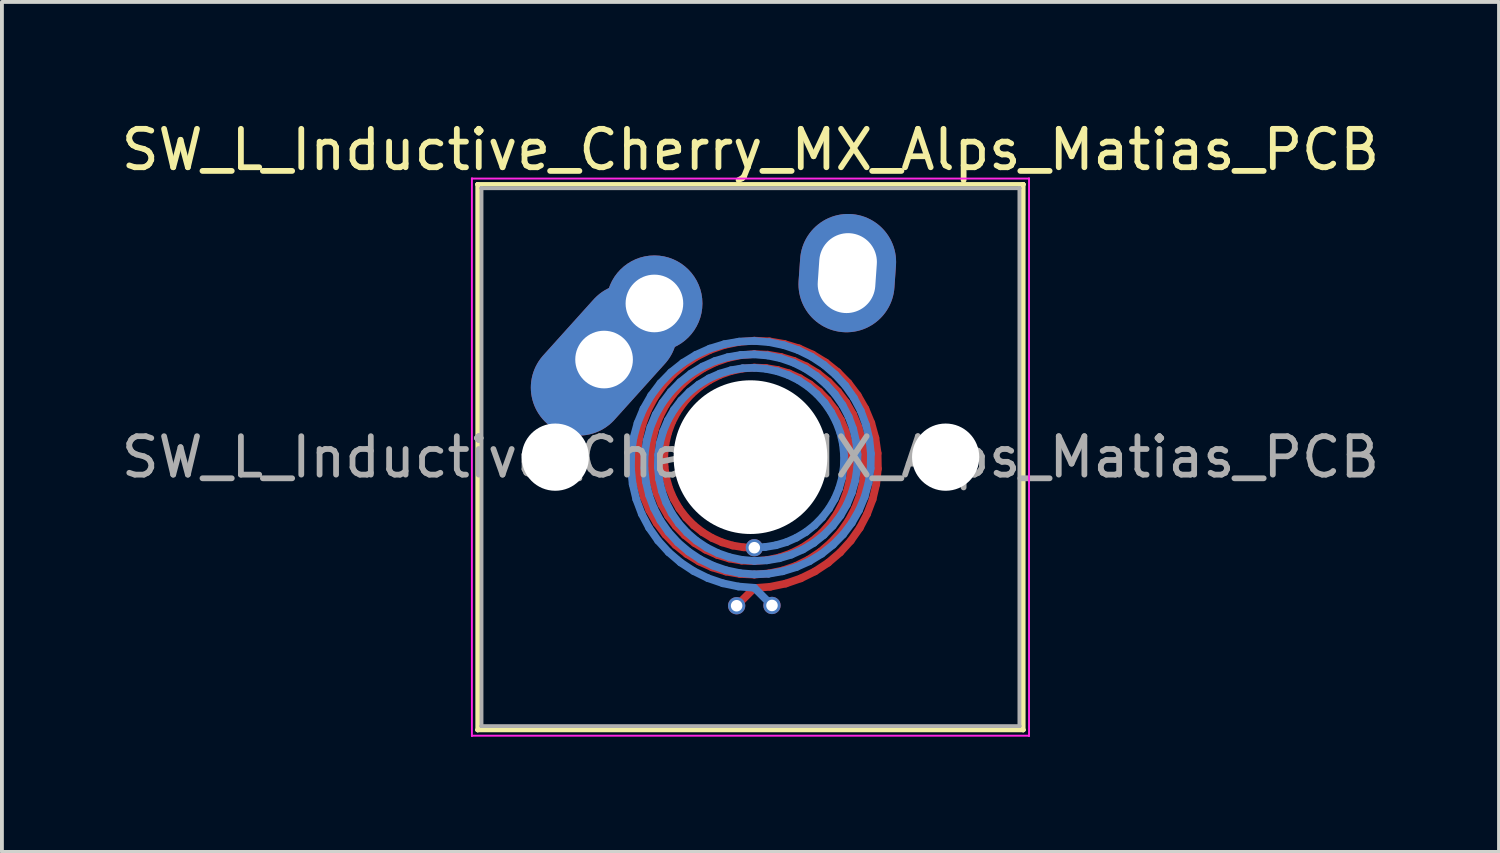
<source format=kicad_pcb>
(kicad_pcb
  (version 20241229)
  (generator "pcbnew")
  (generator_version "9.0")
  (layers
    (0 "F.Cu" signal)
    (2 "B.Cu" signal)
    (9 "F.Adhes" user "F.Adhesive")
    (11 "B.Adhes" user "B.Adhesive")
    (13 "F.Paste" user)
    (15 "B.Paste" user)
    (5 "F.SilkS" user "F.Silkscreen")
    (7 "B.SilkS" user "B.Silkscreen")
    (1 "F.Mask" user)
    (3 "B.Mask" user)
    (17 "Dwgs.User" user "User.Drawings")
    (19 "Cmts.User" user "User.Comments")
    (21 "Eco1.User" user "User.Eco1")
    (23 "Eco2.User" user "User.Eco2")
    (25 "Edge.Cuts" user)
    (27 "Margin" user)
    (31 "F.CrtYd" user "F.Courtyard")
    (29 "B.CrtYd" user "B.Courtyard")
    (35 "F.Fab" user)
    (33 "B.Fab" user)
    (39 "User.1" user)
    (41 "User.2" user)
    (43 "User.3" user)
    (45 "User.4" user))
  (footprint "SW_L_Inductive_Cherry_MX_Alps_Matias_PCB"
    (layer "F.Cu")
    (at 16.482 8.848)
    (property "Reference" "SW_L_Inductive_Cherry_MX_Alps_Matias_PCB" (at 0 -8 0) (layer "F.SilkS") (effects (font (size 1 1) (thickness 0.15))))
    (attr through_hole)
    (fp_line (start -2.942 -0.091) (end -2.901 -0.472) (stroke (width 0.2) (type solid)) (layer "F.Cu"))
    (fp_line (start -2.935 0.291) (end -2.942 -0.091) (stroke (width 0.2) (type solid)) (layer "F.Cu"))
    (fp_line (start -2.901 -0.472) (end -2.812 -0.846) (stroke (width 0.2) (type solid)) (layer "F.Cu"))
    (fp_line (start -2.88 0.669) (end -2.935 0.291) (stroke (width 0.2) (type solid)) (layer "F.Cu"))
    (fp_line (start -2.812 -0.846) (end -2.677 -1.207) (stroke (width 0.2) (type solid)) (layer "F.Cu"))
    (fp_line (start -2.779 1.035) (end -2.88 0.669) (stroke (width 0.2) (type solid)) (layer "F.Cu"))
    (fp_line (start -2.677 -1.207) (end -2.497 -1.548) (stroke (width 0.2) (type solid)) (layer "F.Cu"))
    (fp_line (start -2.633 1.386) (end -2.779 1.035) (stroke (width 0.2) (type solid)) (layer "F.Cu"))
    (fp_line (start -2.593 -0.069) (end -2.557 -0.407) (stroke (width 0.2) (type solid)) (layer "F.Cu"))
    (fp_line (start -2.586 0.269) (end -2.593 -0.069) (stroke (width 0.2) (type solid)) (layer "F.Cu"))
    (fp_line (start -2.557 -0.407) (end -2.479 -0.738) (stroke (width 0.2) (type solid)) (layer "F.Cu"))
    (fp_line (start -2.536 0.603) (end -2.586 0.269) (stroke (width 0.2) (type solid)) (layer "F.Cu"))
    (fp_line (start -2.497 -1.548) (end -2.275 -1.865) (stroke (width 0.2) (type solid)) (layer "F.Cu"))
    (fp_line (start -2.479 -0.738) (end -2.36 -1.058) (stroke (width 0.2) (type solid)) (layer "F.Cu"))
    (fp_line (start -2.446 0.927) (end -2.536 0.603) (stroke (width 0.2) (type solid)) (layer "F.Cu"))
    (fp_line (start -2.444 1.714) (end -2.633 1.386) (stroke (width 0.2) (type solid)) (layer "F.Cu"))
    (fp_line (start -2.36 -1.058) (end -2.202 -1.361) (stroke (width 0.2) (type solid)) (layer "F.Cu"))
    (fp_line (start -2.316 1.237) (end -2.446 0.927) (stroke (width 0.2) (type solid)) (layer "F.Cu"))
    (fp_line (start -2.275 -1.865) (end -2.015 -2.153) (stroke (width 0.2) (type solid)) (layer "F.Cu"))
    (fp_line (start -2.243 -0.047) (end -2.213 -0.341) (stroke (width 0.2) (type solid)) (layer "F.Cu"))
    (fp_line (start -2.236 0.247) (end -2.243 -0.047) (stroke (width 0.2) (type solid)) (layer "F.Cu"))
    (fp_line (start -2.216 2.016) (end -2.444 1.714) (stroke (width 0.2) (type solid)) (layer "F.Cu"))
    (fp_line (start -2.213 -0.341) (end -2.146 -0.63) (stroke (width 0.2) (type solid)) (layer "F.Cu"))
    (fp_line (start -2.202 -1.361) (end -2.006 -1.642) (stroke (width 0.2) (type solid)) (layer "F.Cu"))
    (fp_line (start -2.193 0.537) (end -2.236 0.247) (stroke (width 0.2) (type solid)) (layer "F.Cu"))
    (fp_line (start -2.148 1.527) (end -2.316 1.237) (stroke (width 0.2) (type solid)) (layer "F.Cu"))
    (fp_line (start -2.146 -0.63) (end -2.044 -0.909) (stroke (width 0.2) (type solid)) (layer "F.Cu"))
    (fp_line (start -2.113 0.819) (end -2.193 0.537) (stroke (width 0.2) (type solid)) (layer "F.Cu"))
    (fp_line (start -2.044 -0.909) (end -1.906 -1.173) (stroke (width 0.2) (type solid)) (layer "F.Cu"))
    (fp_line (start -2.015 -2.153) (end -1.72 -2.406) (stroke (width 0.2) (type solid)) (layer "F.Cu"))
    (fp_line (start -2.006 -1.642) (end -1.776 -1.897) (stroke (width 0.2) (type solid)) (layer "F.Cu"))
    (fp_line (start -1.999 1.088) (end -2.113 0.819) (stroke (width 0.2) (type solid)) (layer "F.Cu"))
    (fp_line (start -1.953 2.286) (end -2.216 2.016) (stroke (width 0.2) (type solid)) (layer "F.Cu"))
    (fp_line (start -1.946 1.793) (end -2.148 1.527) (stroke (width 0.2) (type solid)) (layer "F.Cu"))
    (fp_line (start -1.906 -1.173) (end -1.736 -1.419) (stroke (width 0.2) (type solid)) (layer "F.Cu"))
    (fp_line (start -1.853 1.339) (end -1.999 1.088) (stroke (width 0.2) (type solid)) (layer "F.Cu"))
    (fp_line (start -1.776 -1.897) (end -1.515 -2.122) (stroke (width 0.2) (type solid)) (layer "F.Cu"))
    (fp_line (start -1.736 -1.419) (end -1.536 -1.642) (stroke (width 0.2) (type solid)) (layer "F.Cu"))
    (fp_line (start -1.72 -2.406) (end -1.395 -2.62) (stroke (width 0.2) (type solid)) (layer "F.Cu"))
    (fp_line (start -1.713 2.031) (end -1.946 1.793) (stroke (width 0.2) (type solid)) (layer "F.Cu"))
    (fp_line (start -1.677 1.57) (end -1.853 1.339) (stroke (width 0.2) (type solid)) (layer "F.Cu"))
    (fp_line (start -1.659 2.521) (end -1.953 2.286) (stroke (width 0.2) (type solid)) (layer "F.Cu"))
    (fp_line (start -1.536 -1.642) (end -1.309 -1.839) (stroke (width 0.2) (type solid)) (layer "F.Cu"))
    (fp_line (start -1.515 -2.122) (end -1.227 -2.313) (stroke (width 0.2) (type solid)) (layer "F.Cu"))
    (fp_line (start -1.474 1.776) (end -1.677 1.57) (stroke (width 0.2) (type solid)) (layer "F.Cu"))
    (fp_line (start -1.453 2.237) (end -1.713 2.031) (stroke (width 0.2) (type solid)) (layer "F.Cu"))
    (fp_line (start -1.395 -2.62) (end -1.045 -2.793) (stroke (width 0.2) (type solid)) (layer "F.Cu"))
    (fp_line (start -1.338 2.716) (end -1.659 2.521) (stroke (width 0.2) (type solid)) (layer "F.Cu"))
    (fp_line (start -1.309 -1.839) (end -1.058 -2.007) (stroke (width 0.2) (type solid)) (layer "F.Cu"))
    (fp_line (start -1.247 1.954) (end -1.474 1.776) (stroke (width 0.2) (type solid)) (layer "F.Cu"))
    (fp_line (start -1.227 -2.313) (end -0.916 -2.467) (stroke (width 0.2) (type solid)) (layer "F.Cu"))
    (fp_line (start -1.169 2.409) (end -1.453 2.237) (stroke (width 0.2) (type solid)) (layer "F.Cu"))
    (fp_line (start -1.058 -2.007) (end -0.788 -2.142) (stroke (width 0.2) (type solid)) (layer "F.Cu"))
    (fp_line (start -1.045 -2.793) (end -0.675 -2.92) (stroke (width 0.2) (type solid)) (layer "F.Cu"))
    (fp_line (start -1.001 2.102) (end -1.247 1.954) (stroke (width 0.2) (type solid)) (layer "F.Cu"))
    (fp_line (start -0.996 2.869) (end -1.338 2.716) (stroke (width 0.2) (type solid)) (layer "F.Cu"))
    (fp_line (start -0.916 -2.467) (end -0.588 -2.581) (stroke (width 0.2) (type solid)) (layer "F.Cu"))
    (fp_line (start -0.867 2.543) (end -1.169 2.409) (stroke (width 0.2) (type solid)) (layer "F.Cu"))
    (fp_line (start -0.788 -2.142) (end -0.501 -2.242) (stroke (width 0.2) (type solid)) (layer "F.Cu"))
    (fp_line (start -0.739 2.218) (end -1.001 2.102) (stroke (width 0.2) (type solid)) (layer "F.Cu"))
    (fp_line (start -0.675 -2.92) (end -0.292 -3) (stroke (width 0.2) (type solid)) (layer "F.Cu"))
    (fp_line (start -0.639 2.978) (end -0.996 2.869) (stroke (width 0.2) (type solid)) (layer "F.Cu"))
    (fp_line (start -0.588 -2.581) (end -0.248 -2.653) (stroke (width 0.2) (type solid)) (layer "F.Cu"))
    (fp_line (start -0.552 2.639) (end -0.867 2.543) (stroke (width 0.2) (type solid)) (layer "F.Cu"))
    (fp_line (start -0.501 -2.242) (end -0.204 -2.306) (stroke (width 0.2) (type solid)) (layer "F.Cu"))
    (fp_line (start -0.465 2.3) (end -0.739 2.218) (stroke (width 0.2) (type solid)) (layer "F.Cu"))
    (fp_line (start -0.292 -3) (end 0.1 -3.032) (stroke (width 0.2) (type solid)) (layer "F.Cu"))
    (fp_line (start -0.271 3.041) (end -0.639 2.978) (stroke (width 0.2) (type solid)) (layer "F.Cu"))
    (fp_line (start -0.248 -2.653) (end 0.1 -2.682) (stroke (width 0.2) (type solid)) (layer "F.Cu"))
    (fp_line (start -0.228 2.693) (end -0.552 2.639) (stroke (width 0.2) (type solid)) (layer "F.Cu"))
    (fp_line (start -0.204 -2.306) (end 0.1 -2.332) (stroke (width 0.2) (type solid)) (layer "F.Cu"))
    (fp_line (start -0.184 2.346) (end -0.465 2.3) (stroke (width 0.2) (type solid)) (layer "F.Cu"))
    (fp_line (start 0.1 -3.032) (end 0.493 -3.014) (stroke (width 0.2) (type solid)) (layer "F.Cu"))
    (fp_line (start 0.1 -2.682) (end 0.45 -2.667) (stroke (width 0.2) (type solid)) (layer "F.Cu"))
    (fp_line (start 0.1 -2.332) (end 0.406 -2.32) (stroke (width 0.2) (type solid)) (layer "F.Cu"))
    (fp_line (start 0.1 2.357) (end -0.184 2.346) (stroke (width 0.2) (type solid)) (layer "F.Cu"))
    (fp_line (start 0.1 2.707) (end -0.228 2.693) (stroke (width 0.2) (type solid)) (layer "F.Cu"))
    (fp_line (start 0.1 3.057) (end -0.271 3.041) (stroke (width 0.2) (type solid)) (layer "F.Cu"))
    (fp_line (start 0.1 3.407) (end -0.36 3.867) (stroke (width 0.2) (type solid)) (layer "F.Cu"))
    (fp_line (start 0.406 -2.32) (end 0.708 -2.269) (stroke (width 0.2) (type solid)) (layer "F.Cu"))
    (fp_line (start 0.426 2.679) (end 0.1 2.707) (stroke (width 0.2) (type solid)) (layer "F.Cu"))
    (fp_line (start 0.45 -2.667) (end 0.795 -2.608) (stroke (width 0.2) (type solid)) (layer "F.Cu"))
    (fp_line (start 0.47 3.027) (end 0.1 3.057) (stroke (width 0.2) (type solid)) (layer "F.Cu"))
    (fp_line (start 0.493 -3.014) (end 0.882 -2.947) (stroke (width 0.2) (type solid)) (layer "F.Cu"))
    (fp_line (start 0.514 3.374) (end 0.1 3.407) (stroke (width 0.2) (type solid)) (layer "F.Cu"))
    (fp_line (start 0.708 -2.269) (end 1.003 -2.181) (stroke (width 0.2) (type solid)) (layer "F.Cu"))
    (fp_line (start 0.745 2.612) (end 0.426 2.679) (stroke (width 0.2) (type solid)) (layer "F.Cu"))
    (fp_line (start 0.795 -2.608) (end 1.132 -2.506) (stroke (width 0.2) (type solid)) (layer "F.Cu"))
    (fp_line (start 0.832 2.951) (end 0.47 3.027) (stroke (width 0.2) (type solid)) (layer "F.Cu"))
    (fp_line (start 0.882 -2.947) (end 1.261 -2.832) (stroke (width 0.2) (type solid)) (layer "F.Cu"))
    (fp_line (start 0.919 3.29) (end 0.514 3.374) (stroke (width 0.2) (type solid)) (layer "F.Cu"))
    (fp_line (start 1.003 -2.181) (end 1.285 -2.056) (stroke (width 0.2) (type solid)) (layer "F.Cu"))
    (fp_line (start 1.052 2.504) (end 0.745 2.612) (stroke (width 0.2) (type solid)) (layer "F.Cu"))
    (fp_line (start 1.132 -2.506) (end 1.454 -2.362) (stroke (width 0.2) (type solid)) (layer "F.Cu"))
    (fp_line (start 1.181 2.83) (end 0.832 2.951) (stroke (width 0.2) (type solid)) (layer "F.Cu"))
    (fp_line (start 1.261 -2.832) (end 1.622 -2.669) (stroke (width 0.2) (type solid)) (layer "F.Cu"))
    (fp_line (start 1.285 -2.056) (end 1.55 -1.896) (stroke (width 0.2) (type solid)) (layer "F.Cu"))
    (fp_line (start 1.31 3.155) (end 0.919 3.29) (stroke (width 0.2) (type solid)) (layer "F.Cu"))
    (fp_line (start 1.342 2.36) (end 1.052 2.504) (stroke (width 0.2) (type solid)) (layer "F.Cu"))
    (fp_line (start 1.454 -2.362) (end 1.756 -2.179) (stroke (width 0.2) (type solid)) (layer "F.Cu"))
    (fp_line (start 1.511 2.667) (end 1.181 2.83) (stroke (width 0.2) (type solid)) (layer "F.Cu"))
    (fp_line (start 1.55 -1.896) (end 1.794 -1.703) (stroke (width 0.2) (type solid)) (layer "F.Cu"))
    (fp_line (start 1.612 2.181) (end 1.342 2.36) (stroke (width 0.2) (type solid)) (layer "F.Cu"))
    (fp_line (start 1.622 -2.669) (end 1.962 -2.462) (stroke (width 0.2) (type solid)) (layer "F.Cu"))
    (fp_line (start 1.68 2.973) (end 1.31 3.155) (stroke (width 0.2) (type solid)) (layer "F.Cu"))
    (fp_line (start 1.756 -2.179) (end 2.033 -1.959) (stroke (width 0.2) (type solid)) (layer "F.Cu"))
    (fp_line (start 1.794 -1.703) (end 2.012 -1.481) (stroke (width 0.2) (type solid)) (layer "F.Cu"))
    (fp_line (start 1.818 2.464) (end 1.511 2.667) (stroke (width 0.2) (type solid)) (layer "F.Cu"))
    (fp_line (start 1.856 1.97) (end 1.612 2.181) (stroke (width 0.2) (type solid)) (layer "F.Cu"))
    (fp_line (start 1.962 -2.462) (end 2.273 -2.214) (stroke (width 0.2) (type solid)) (layer "F.Cu"))
    (fp_line (start 2.012 -1.481) (end 2.201 -1.233) (stroke (width 0.2) (type solid)) (layer "F.Cu"))
    (fp_line (start 2.023 2.747) (end 1.68 2.973) (stroke (width 0.2) (type solid)) (layer "F.Cu"))
    (fp_line (start 2.033 -1.959) (end 2.281 -1.705) (stroke (width 0.2) (type solid)) (layer "F.Cu"))
    (fp_line (start 2.071 1.731) (end 1.856 1.97) (stroke (width 0.2) (type solid)) (layer "F.Cu"))
    (fp_line (start 2.095 2.225) (end 1.818 2.464) (stroke (width 0.2) (type solid)) (layer "F.Cu"))
    (fp_line (start 2.201 -1.233) (end 2.358 -0.962) (stroke (width 0.2) (type solid)) (layer "F.Cu"))
    (fp_line (start 2.254 1.467) (end 2.071 1.731) (stroke (width 0.2) (type solid)) (layer "F.Cu"))
    (fp_line (start 2.273 -2.214) (end 2.551 -1.928) (stroke (width 0.2) (type solid)) (layer "F.Cu"))
    (fp_line (start 2.281 -1.705) (end 2.496 -1.421) (stroke (width 0.2) (type solid)) (layer "F.Cu"))
    (fp_line (start 2.335 2.48) (end 2.023 2.747) (stroke (width 0.2) (type solid)) (layer "F.Cu"))
    (fp_line (start 2.341 1.954) (end 2.095 2.225) (stroke (width 0.2) (type solid)) (layer "F.Cu"))
    (fp_line (start 2.358 -0.962) (end 2.48 -0.673) (stroke (width 0.2) (type solid)) (layer "F.Cu"))
    (fp_line (start 2.402 1.183) (end 2.254 1.467) (stroke (width 0.2) (type solid)) (layer "F.Cu"))
    (fp_line (start 2.48 -0.673) (end 2.565 -0.37) (stroke (width 0.2) (type solid)) (layer "F.Cu"))
    (fp_line (start 2.496 -1.421) (end 2.674 -1.111) (stroke (width 0.2) (type solid)) (layer "F.Cu"))
    (fp_line (start 2.513 0.884) (end 2.402 1.183) (stroke (width 0.2) (type solid)) (layer "F.Cu"))
    (fp_line (start 2.549 1.654) (end 2.341 1.954) (stroke (width 0.2) (type solid)) (layer "F.Cu"))
    (fp_line (start 2.551 -1.928) (end 2.792 -1.608) (stroke (width 0.2) (type solid)) (layer "F.Cu"))
    (fp_line (start 2.565 -0.37) (end 2.611 -0.058) (stroke (width 0.2) (type solid)) (layer "F.Cu"))
    (fp_line (start 2.585 0.574) (end 2.513 0.884) (stroke (width 0.2) (type solid)) (layer "F.Cu"))
    (fp_line (start 2.61 2.177) (end 2.335 2.48) (stroke (width 0.2) (type solid)) (layer "F.Cu"))
    (fp_line (start 2.611 -0.058) (end 2.618 0.258) (stroke (width 0.2) (type solid)) (layer "F.Cu"))
    (fp_line (start 2.618 0.258) (end 2.585 0.574) (stroke (width 0.2) (type solid)) (layer "F.Cu"))
    (fp_line (start 2.674 -1.111) (end 2.812 -0.781) (stroke (width 0.2) (type solid)) (layer "F.Cu"))
    (fp_line (start 2.719 1.332) (end 2.549 1.654) (stroke (width 0.2) (type solid)) (layer "F.Cu"))
    (fp_line (start 2.792 -1.608) (end 2.991 -1.26) (stroke (width 0.2) (type solid)) (layer "F.Cu"))
    (fp_line (start 2.812 -0.781) (end 2.908 -0.436) (stroke (width 0.2) (type solid)) (layer "F.Cu"))
    (fp_line (start 2.845 1.842) (end 2.61 2.177) (stroke (width 0.2) (type solid)) (layer "F.Cu"))
    (fp_line (start 2.846 0.992) (end 2.719 1.332) (stroke (width 0.2) (type solid)) (layer "F.Cu"))
    (fp_line (start 2.908 -0.436) (end 2.96 -0.08) (stroke (width 0.2) (type solid)) (layer "F.Cu"))
    (fp_line (start 2.929 0.64) (end 2.846 0.992) (stroke (width 0.2) (type solid)) (layer "F.Cu"))
    (fp_line (start 2.96 -0.08) (end 2.967 0.28) (stroke (width 0.2) (type solid)) (layer "F.Cu"))
    (fp_line (start 2.967 0.28) (end 2.929 0.64) (stroke (width 0.2) (type solid)) (layer "F.Cu"))
    (fp_line (start 2.991 -1.26) (end 3.145 -0.889) (stroke (width 0.2) (type solid)) (layer "F.Cu"))
    (fp_line (start 3.035 1.481) (end 2.845 1.842) (stroke (width 0.2) (type solid)) (layer "F.Cu"))
    (fp_line (start 3.145 -0.889) (end 3.252 -0.501) (stroke (width 0.2) (type solid)) (layer "F.Cu"))
    (fp_line (start 3.179 1.1) (end 3.035 1.481) (stroke (width 0.2) (type solid)) (layer "F.Cu"))
    (fp_line (start 3.252 -0.501) (end 3.31 -0.102) (stroke (width 0.2) (type solid)) (layer "F.Cu"))
    (fp_line (start 3.273 0.705) (end 3.179 1.1) (stroke (width 0.2) (type solid)) (layer "F.Cu"))
    (fp_line (start 3.31 -0.102) (end 3.317 0.302) (stroke (width 0.2) (type solid)) (layer "F.Cu"))
    (fp_line (start 3.317 0.302) (end 3.273 0.705) (stroke (width 0.2) (type solid)) (layer "F.Cu"))
    (fp_line (start -3.11 0.302) (end -3.103 -0.101) (stroke (width 0.2) (type solid)) (layer "B.Cu"))
    (fp_line (start -3.103 -0.101) (end -3.045 -0.5) (stroke (width 0.2) (type solid)) (layer "B.Cu"))
    (fp_line (start -3.066 0.704) (end -3.11 0.302) (stroke (width 0.2) (type solid)) (layer "B.Cu"))
    (fp_line (start -3.045 -0.5) (end -2.939 -0.887) (stroke (width 0.2) (type solid)) (layer "B.Cu"))
    (fp_line (start -2.972 1.098) (end -3.066 0.704) (stroke (width 0.2) (type solid)) (layer "B.Cu"))
    (fp_line (start -2.939 -0.887) (end -2.785 -1.257) (stroke (width 0.2) (type solid)) (layer "B.Cu"))
    (fp_line (start -2.829 1.478) (end -2.972 1.098) (stroke (width 0.2) (type solid)) (layer "B.Cu"))
    (fp_line (start -2.785 -1.257) (end -2.586 -1.604) (stroke (width 0.2) (type solid)) (layer "B.Cu"))
    (fp_line (start -2.76 0.28) (end -2.753 -0.08) (stroke (width 0.2) (type solid)) (layer "B.Cu"))
    (fp_line (start -2.753 -0.08) (end -2.701 -0.434) (stroke (width 0.2) (type solid)) (layer "B.Cu"))
    (fp_line (start -2.722 0.638) (end -2.76 0.28) (stroke (width 0.2) (type solid)) (layer "B.Cu"))
    (fp_line (start -2.701 -0.434) (end -2.606 -0.779) (stroke (width 0.2) (type solid)) (layer "B.Cu"))
    (fp_line (start -2.639 0.99) (end -2.722 0.638) (stroke (width 0.2) (type solid)) (layer "B.Cu"))
    (fp_line (start -2.639 1.838) (end -2.829 1.478) (stroke (width 0.2) (type solid)) (layer "B.Cu"))
    (fp_line (start -2.606 -0.779) (end -2.468 -1.108) (stroke (width 0.2) (type solid)) (layer "B.Cu"))
    (fp_line (start -2.586 -1.604) (end -2.346 -1.923) (stroke (width 0.2) (type solid)) (layer "B.Cu"))
    (fp_line (start -2.512 1.329) (end -2.639 0.99) (stroke (width 0.2) (type solid)) (layer "B.Cu"))
    (fp_line (start -2.468 -1.108) (end -2.29 -1.417) (stroke (width 0.2) (type solid)) (layer "B.Cu"))
    (fp_line (start -2.411 0.258) (end -2.404 -0.058) (stroke (width 0.2) (type solid)) (layer "B.Cu"))
    (fp_line (start -2.405 2.172) (end -2.639 1.838) (stroke (width 0.2) (type solid)) (layer "B.Cu"))
    (fp_line (start -2.404 -0.058) (end -2.358 -0.369) (stroke (width 0.2) (type solid)) (layer "B.Cu"))
    (fp_line (start -2.378 0.573) (end -2.411 0.258) (stroke (width 0.2) (type solid)) (layer "B.Cu"))
    (fp_line (start -2.358 -0.369) (end -2.273 -0.671) (stroke (width 0.2) (type solid)) (layer "B.Cu"))
    (fp_line (start -2.346 -1.923) (end -2.068 -2.209) (stroke (width 0.2) (type solid)) (layer "B.Cu"))
    (fp_line (start -2.343 1.651) (end -2.512 1.329) (stroke (width 0.2) (type solid)) (layer "B.Cu"))
    (fp_line (start -2.306 0.882) (end -2.378 0.573) (stroke (width 0.2) (type solid)) (layer "B.Cu"))
    (fp_line (start -2.29 -1.417) (end -2.076 -1.7) (stroke (width 0.2) (type solid)) (layer "B.Cu"))
    (fp_line (start -2.273 -0.671) (end -2.151 -0.959) (stroke (width 0.2) (type solid)) (layer "B.Cu"))
    (fp_line (start -2.196 1.18) (end -2.306 0.882) (stroke (width 0.2) (type solid)) (layer "B.Cu"))
    (fp_line (start -2.151 -0.959) (end -1.995 -1.229) (stroke (width 0.2) (type solid)) (layer "B.Cu"))
    (fp_line (start -2.135 1.949) (end -2.343 1.651) (stroke (width 0.2) (type solid)) (layer "B.Cu"))
    (fp_line (start -2.13 2.475) (end -2.405 2.172) (stroke (width 0.2) (type solid)) (layer "B.Cu"))
    (fp_line (start -2.076 -1.7) (end -1.828 -1.954) (stroke (width 0.2) (type solid)) (layer "B.Cu"))
    (fp_line (start -2.068 -2.209) (end -1.757 -2.456) (stroke (width 0.2) (type solid)) (layer "B.Cu"))
    (fp_line (start -2.048 1.463) (end -2.196 1.18) (stroke (width 0.2) (type solid)) (layer "B.Cu"))
    (fp_line (start -1.995 -1.229) (end -1.806 -1.477) (stroke (width 0.2) (type solid)) (layer "B.Cu"))
    (fp_line (start -1.891 2.22) (end -2.135 1.949) (stroke (width 0.2) (type solid)) (layer "B.Cu"))
    (fp_line (start -1.866 1.726) (end -2.048 1.463) (stroke (width 0.2) (type solid)) (layer "B.Cu"))
    (fp_line (start -1.828 -1.954) (end -1.552 -2.173) (stroke (width 0.2) (type solid)) (layer "B.Cu"))
    (fp_line (start -1.819 2.741) (end -2.13 2.475) (stroke (width 0.2) (type solid)) (layer "B.Cu"))
    (fp_line (start -1.806 -1.477) (end -1.589 -1.698) (stroke (width 0.2) (type solid)) (layer "B.Cu"))
    (fp_line (start -1.757 -2.456) (end -1.419 -2.663) (stroke (width 0.2) (type solid)) (layer "B.Cu"))
    (fp_line (start -1.651 1.965) (end -1.866 1.726) (stroke (width 0.2) (type solid)) (layer "B.Cu"))
    (fp_line (start -1.613 2.458) (end -1.891 2.22) (stroke (width 0.2) (type solid)) (layer "B.Cu"))
    (fp_line (start -1.589 -1.698) (end -1.346 -1.89) (stroke (width 0.2) (type solid)) (layer "B.Cu"))
    (fp_line (start -1.552 -2.173) (end -1.25 -2.356) (stroke (width 0.2) (type solid)) (layer "B.Cu"))
    (fp_line (start -1.476 2.967) (end -1.819 2.741) (stroke (width 0.2) (type solid)) (layer "B.Cu"))
    (fp_line (start -1.419 -2.663) (end -1.058 -2.825) (stroke (width 0.2) (type solid)) (layer "B.Cu"))
    (fp_line (start -1.408 2.175) (end -1.651 1.965) (stroke (width 0.2) (type solid)) (layer "B.Cu"))
    (fp_line (start -1.346 -1.89) (end -1.082 -2.05) (stroke (width 0.2) (type solid)) (layer "B.Cu"))
    (fp_line (start -1.308 2.661) (end -1.613 2.458) (stroke (width 0.2) (type solid)) (layer "B.Cu"))
    (fp_line (start -1.25 -2.356) (end -0.929 -2.5) (stroke (width 0.2) (type solid)) (layer "B.Cu"))
    (fp_line (start -1.139 2.354) (end -1.408 2.175) (stroke (width 0.2) (type solid)) (layer "B.Cu"))
    (fp_line (start -1.107 3.149) (end -1.476 2.967) (stroke (width 0.2) (type solid)) (layer "B.Cu"))
    (fp_line (start -1.082 -2.05) (end -0.8 -2.174) (stroke (width 0.2) (type solid)) (layer "B.Cu"))
    (fp_line (start -1.058 -2.825) (end -0.681 -2.94) (stroke (width 0.2) (type solid)) (layer "B.Cu"))
    (fp_line (start -0.978 2.823) (end -1.308 2.661) (stroke (width 0.2) (type solid)) (layer "B.Cu"))
    (fp_line (start -0.929 -2.5) (end -0.594 -2.601) (stroke (width 0.2) (type solid)) (layer "B.Cu"))
    (fp_line (start -0.849 2.498) (end -1.139 2.354) (stroke (width 0.2) (type solid)) (layer "B.Cu"))
    (fp_line (start -0.8 -2.174) (end -0.507 -2.262) (stroke (width 0.2) (type solid)) (layer "B.Cu"))
    (fp_line (start -0.717 3.283) (end -1.107 3.149) (stroke (width 0.2) (type solid)) (layer "B.Cu"))
    (fp_line (start -0.681 -2.94) (end -0.293 -3.007) (stroke (width 0.2) (type solid)) (layer "B.Cu"))
    (fp_line (start -0.63 2.944) (end -0.978 2.823) (stroke (width 0.2) (type solid)) (layer "B.Cu"))
    (fp_line (start -0.594 -2.601) (end -0.249 -2.66) (stroke (width 0.2) (type solid)) (layer "B.Cu"))
    (fp_line (start -0.543 2.605) (end -0.849 2.498) (stroke (width 0.2) (type solid)) (layer "B.Cu"))
    (fp_line (start -0.507 -2.262) (end -0.205 -2.313) (stroke (width 0.2) (type solid)) (layer "B.Cu"))
    (fp_line (start -0.313 3.367) (end -0.717 3.283) (stroke (width 0.2) (type solid)) (layer "B.Cu"))
    (fp_line (start -0.293 -3.007) (end 0.1 -3.025) (stroke (width 0.2) (type solid)) (layer "B.Cu"))
    (fp_line (start -0.269 3.02) (end -0.63 2.944) (stroke (width 0.2) (type solid)) (layer "B.Cu"))
    (fp_line (start -0.249 -2.66) (end 0.1 -2.675) (stroke (width 0.2) (type solid)) (layer "B.Cu"))
    (fp_line (start -0.225 2.673) (end -0.543 2.605) (stroke (width 0.2) (type solid)) (layer "B.Cu"))
    (fp_line (start -0.205 -2.313) (end 0.1 -2.325) (stroke (width 0.2) (type solid)) (layer "B.Cu"))
    (fp_line (start 0.1 -3.025) (end 0.491 -2.993) (stroke (width 0.2) (type solid)) (layer "B.Cu"))
    (fp_line (start 0.1 -2.675) (end 0.447 -2.646) (stroke (width 0.2) (type solid)) (layer "B.Cu"))
    (fp_line (start 0.1 -2.325) (end 0.403 -2.299) (stroke (width 0.2) (type solid)) (layer "B.Cu"))
    (fp_line (start 0.1 2.7) (end -0.225 2.673) (stroke (width 0.2) (type solid)) (layer "B.Cu"))
    (fp_line (start 0.1 3.05) (end -0.269 3.02) (stroke (width 0.2) (type solid)) (layer "B.Cu"))
    (fp_line (start 0.1 3.4) (end -0.313 3.367) (stroke (width 0.2) (type solid)) (layer "B.Cu"))
    (fp_line (start 0.383 2.339) (end 0.1 2.35) (stroke (width 0.2) (type solid)) (layer "B.Cu"))
    (fp_line (start 0.403 -2.299) (end 0.7 -2.235) (stroke (width 0.2) (type solid)) (layer "B.Cu"))
    (fp_line (start 0.427 2.686) (end 0.1 2.7) (stroke (width 0.2) (type solid)) (layer "B.Cu"))
    (fp_line (start 0.447 -2.646) (end 0.787 -2.574) (stroke (width 0.2) (type solid)) (layer "B.Cu"))
    (fp_line (start 0.471 3.034) (end 0.1 3.05) (stroke (width 0.2) (type solid)) (layer "B.Cu"))
    (fp_line (start 0.491 -2.993) (end 0.874 -2.913) (stroke (width 0.2) (type solid)) (layer "B.Cu"))
    (fp_line (start 0.56 3.86) (end 0.1 3.4) (stroke (width 0.2) (type solid)) (layer "B.Cu"))
    (fp_line (start 0.663 2.293) (end 0.383 2.339) (stroke (width 0.2) (type solid)) (layer "B.Cu"))
    (fp_line (start 0.7 -2.235) (end 0.985 -2.135) (stroke (width 0.2) (type solid)) (layer "B.Cu"))
    (fp_line (start 0.75 2.632) (end 0.427 2.686) (stroke (width 0.2) (type solid)) (layer "B.Cu"))
    (fp_line (start 0.787 -2.574) (end 1.114 -2.461) (stroke (width 0.2) (type solid)) (layer "B.Cu"))
    (fp_line (start 0.837 2.971) (end 0.471 3.034) (stroke (width 0.2) (type solid)) (layer "B.Cu"))
    (fp_line (start 0.874 -2.913) (end 1.243 -2.786) (stroke (width 0.2) (type solid)) (layer "B.Cu"))
    (fp_line (start 0.936 2.212) (end 0.663 2.293) (stroke (width 0.2) (type solid)) (layer "B.Cu"))
    (fp_line (start 0.985 -2.135) (end 1.255 -2.001) (stroke (width 0.2) (type solid)) (layer "B.Cu"))
    (fp_line (start 1.065 2.537) (end 0.75 2.632) (stroke (width 0.2) (type solid)) (layer "B.Cu"))
    (fp_line (start 1.114 -2.461) (end 1.423 -2.307) (stroke (width 0.2) (type solid)) (layer "B.Cu"))
    (fp_line (start 1.194 2.862) (end 0.837 2.971) (stroke (width 0.2) (type solid)) (layer "B.Cu"))
    (fp_line (start 1.197 2.096) (end 0.936 2.212) (stroke (width 0.2) (type solid)) (layer "B.Cu"))
    (fp_line (start 1.243 -2.786) (end 1.592 -2.614) (stroke (width 0.2) (type solid)) (layer "B.Cu"))
    (fp_line (start 1.255 -2.001) (end 1.505 -1.834) (stroke (width 0.2) (type solid)) (layer "B.Cu"))
    (fp_line (start 1.366 2.403) (end 1.065 2.537) (stroke (width 0.2) (type solid)) (layer "B.Cu"))
    (fp_line (start 1.423 -2.307) (end 1.711 -2.117) (stroke (width 0.2) (type solid)) (layer "B.Cu"))
    (fp_line (start 1.443 1.949) (end 1.197 2.096) (stroke (width 0.2) (type solid)) (layer "B.Cu"))
    (fp_line (start 1.505 -1.834) (end 1.731 -1.637) (stroke (width 0.2) (type solid)) (layer "B.Cu"))
    (fp_line (start 1.535 2.71) (end 1.194 2.862) (stroke (width 0.2) (type solid)) (layer "B.Cu"))
    (fp_line (start 1.592 -2.614) (end 1.916 -2.4) (stroke (width 0.2) (type solid)) (layer "B.Cu"))
    (fp_line (start 1.649 2.232) (end 1.366 2.403) (stroke (width 0.2) (type solid)) (layer "B.Cu"))
    (fp_line (start 1.669 1.771) (end 1.443 1.949) (stroke (width 0.2) (type solid)) (layer "B.Cu"))
    (fp_line (start 1.711 -2.117) (end 1.971 -1.892) (stroke (width 0.2) (type solid)) (layer "B.Cu"))
    (fp_line (start 1.731 -1.637) (end 1.931 -1.415) (stroke (width 0.2) (type solid)) (layer "B.Cu"))
    (fp_line (start 1.855 2.515) (end 1.535 2.71) (stroke (width 0.2) (type solid)) (layer "B.Cu"))
    (fp_line (start 1.871 1.565) (end 1.669 1.771) (stroke (width 0.2) (type solid)) (layer "B.Cu"))
    (fp_line (start 1.909 2.026) (end 1.649 2.232) (stroke (width 0.2) (type solid)) (layer "B.Cu"))
    (fp_line (start 1.916 -2.4) (end 2.21 -2.147) (stroke (width 0.2) (type solid)) (layer "B.Cu"))
    (fp_line (start 1.931 -1.415) (end 2.1 -1.169) (stroke (width 0.2) (type solid)) (layer "B.Cu"))
    (fp_line (start 1.971 -1.892) (end 2.2 -1.638) (stroke (width 0.2) (type solid)) (layer "B.Cu"))
    (fp_line (start 2.047 1.336) (end 1.871 1.565) (stroke (width 0.2) (type solid)) (layer "B.Cu"))
    (fp_line (start 2.1 -1.169) (end 2.237 -0.906) (stroke (width 0.2) (type solid)) (layer "B.Cu"))
    (fp_line (start 2.141 1.789) (end 1.909 2.026) (stroke (width 0.2) (type solid)) (layer "B.Cu"))
    (fp_line (start 2.148 2.281) (end 1.855 2.515) (stroke (width 0.2) (type solid)) (layer "B.Cu"))
    (fp_line (start 2.193 1.085) (end 2.047 1.336) (stroke (width 0.2) (type solid)) (layer "B.Cu"))
    (fp_line (start 2.2 -1.638) (end 2.396 -1.357) (stroke (width 0.2) (type solid)) (layer "B.Cu"))
    (fp_line (start 2.21 -2.147) (end 2.47 -1.861) (stroke (width 0.2) (type solid)) (layer "B.Cu"))
    (fp_line (start 2.237 -0.906) (end 2.34 -0.628) (stroke (width 0.2) (type solid)) (layer "B.Cu"))
    (fp_line (start 2.306 0.817) (end 2.193 1.085) (stroke (width 0.2) (type solid)) (layer "B.Cu"))
    (fp_line (start 2.34 -0.628) (end 2.406 -0.34) (stroke (width 0.2) (type solid)) (layer "B.Cu"))
    (fp_line (start 2.343 1.523) (end 2.141 1.789) (stroke (width 0.2) (type solid)) (layer "B.Cu"))
    (fp_line (start 2.386 0.536) (end 2.306 0.817) (stroke (width 0.2) (type solid)) (layer "B.Cu"))
    (fp_line (start 2.396 -1.357) (end 2.554 -1.055) (stroke (width 0.2) (type solid)) (layer "B.Cu"))
    (fp_line (start 2.406 -0.34) (end 2.436 -0.047) (stroke (width 0.2) (type solid)) (layer "B.Cu"))
    (fp_line (start 2.411 2.012) (end 2.148 2.281) (stroke (width 0.2) (type solid)) (layer "B.Cu"))
    (fp_line (start 2.429 0.247) (end 2.386 0.536) (stroke (width 0.2) (type solid)) (layer "B.Cu"))
    (fp_line (start 2.436 -0.047) (end 2.429 0.247) (stroke (width 0.2) (type solid)) (layer "B.Cu"))
    (fp_line (start 2.47 -1.861) (end 2.691 -1.544) (stroke (width 0.2) (type solid)) (layer "B.Cu"))
    (fp_line (start 2.51 1.234) (end 2.343 1.523) (stroke (width 0.2) (type solid)) (layer "B.Cu"))
    (fp_line (start 2.554 -1.055) (end 2.673 -0.736) (stroke (width 0.2) (type solid)) (layer "B.Cu"))
    (fp_line (start 2.638 1.711) (end 2.411 2.012) (stroke (width 0.2) (type solid)) (layer "B.Cu"))
    (fp_line (start 2.639 0.925) (end 2.51 1.234) (stroke (width 0.2) (type solid)) (layer "B.Cu"))
    (fp_line (start 2.673 -0.736) (end 2.75 -0.406) (stroke (width 0.2) (type solid)) (layer "B.Cu"))
    (fp_line (start 2.691 -1.544) (end 2.871 -1.204) (stroke (width 0.2) (type solid)) (layer "B.Cu"))
    (fp_line (start 2.73 0.602) (end 2.639 0.925) (stroke (width 0.2) (type solid)) (layer "B.Cu"))
    (fp_line (start 2.75 -0.406) (end 2.786 -0.069) (stroke (width 0.2) (type solid)) (layer "B.Cu"))
    (fp_line (start 2.779 0.269) (end 2.73 0.602) (stroke (width 0.2) (type solid)) (layer "B.Cu"))
    (fp_line (start 2.786 -0.069) (end 2.779 0.269) (stroke (width 0.2) (type solid)) (layer "B.Cu"))
    (fp_line (start 2.826 1.383) (end 2.638 1.711) (stroke (width 0.2) (type solid)) (layer "B.Cu"))
    (fp_line (start 2.871 -1.204) (end 3.005 -0.844) (stroke (width 0.2) (type solid)) (layer "B.Cu"))
    (fp_line (start 2.972 1.033) (end 2.826 1.383) (stroke (width 0.2) (type solid)) (layer "B.Cu"))
    (fp_line (start 3.005 -0.844) (end 3.094 -0.471) (stroke (width 0.2) (type solid)) (layer "B.Cu"))
    (fp_line (start 3.073 0.667) (end 2.972 1.033) (stroke (width 0.2) (type solid)) (layer "B.Cu"))
    (fp_line (start 3.094 -0.471) (end 3.135 -0.091) (stroke (width 0.2) (type solid)) (layer "B.Cu"))
    (fp_line (start 3.128 0.291) (end 3.073 0.667) (stroke (width 0.2) (type solid)) (layer "B.Cu"))
    (fp_line (start 3.135 -0.091) (end 3.128 0.291) (stroke (width 0.2) (type solid)) (layer "B.Cu"))
    (fp_line (start -7.1 -7.1) (end -7.1 -7.1) (stroke (width 0.12) (type solid)) (layer "F.SilkS"))
    (fp_line (start -7.1 -7.1) (end -7.1 -7.1) (stroke (width 0.12) (type solid)) (layer "F.SilkS"))
    (fp_line (start -7.1 -7.1) (end 7.1 -7.1) (stroke (width 0.12) (type solid)) (layer "F.SilkS"))
    (fp_line (start -7.1 7.1) (end -7.1 -7.1) (stroke (width 0.12) (type solid)) (layer "F.SilkS"))
    (fp_line (start -7.1 7.1) (end -7.1 7.1) (stroke (width 0.12) (type solid)) (layer "F.SilkS"))
    (fp_line (start -7.1 7.1) (end -7.1 7.1) (stroke (width 0.12) (type solid)) (layer "F.SilkS"))
    (fp_line (start 7.1 -7.1) (end 7.1 -7.1) (stroke (width 0.12) (type solid)) (layer "F.SilkS"))
    (fp_line (start 7.1 -7.1) (end 7.1 -7.1) (stroke (width 0.12) (type solid)) (layer "F.SilkS"))
    (fp_line (start 7.1 -7.1) (end 7.1 7.1) (stroke (width 0.12) (type solid)) (layer "F.SilkS"))
    (fp_line (start 7.1 7.1) (end -7.1 7.1) (stroke (width 0.12) (type solid)) (layer "F.SilkS"))
    (fp_line (start 7.1 7.1) (end 7.1 7.1) (stroke (width 0.12) (type solid)) (layer "F.SilkS"))
    (fp_line (start 7.1 7.1) (end 7.1 7.1) (stroke (width 0.12) (type solid)) (layer "F.SilkS"))
    (fp_line (start -7.25 -7.25) (end -7.25 -7.25) (stroke (width 0.05) (type solid)) (layer "F.CrtYd"))
    (fp_line (start -7.25 -7.25) (end -7.25 -7.25) (stroke (width 0.05) (type solid)) (layer "F.CrtYd"))
    (fp_line (start -7.25 -7.25) (end 7.25 -7.25) (stroke (width 0.05) (type solid)) (layer "F.CrtYd"))
    (fp_line (start -7.25 7.25) (end -7.25 -7.25) (stroke (width 0.05) (type solid)) (layer "F.CrtYd"))
    (fp_line (start -7.25 7.25) (end -7.25 7.25) (stroke (width 0.05) (type solid)) (layer "F.CrtYd"))
    (fp_line (start -7.25 7.25) (end -7.25 7.25) (stroke (width 0.05) (type solid)) (layer "F.CrtYd"))
    (fp_line (start 7.25 -7.25) (end 7.25 -7.25) (stroke (width 0.05) (type solid)) (layer "F.CrtYd"))
    (fp_line (start 7.25 -7.25) (end 7.25 -7.25) (stroke (width 0.05) (type solid)) (layer "F.CrtYd"))
    (fp_line (start 7.25 -7.25) (end 7.25 7.25) (stroke (width 0.05) (type solid)) (layer "F.CrtYd"))
    (fp_line (start 7.25 7.25) (end -7.25 7.25) (stroke (width 0.05) (type solid)) (layer "F.CrtYd"))
    (fp_line (start 7.25 7.25) (end 7.25 7.25) (stroke (width 0.05) (type solid)) (layer "F.CrtYd"))
    (fp_line (start 7.25 7.25) (end 7.25 7.25) (stroke (width 0.05) (type solid)) (layer "F.CrtYd"))
    (fp_line (start -7 -7) (end -7 -7) (stroke (width 0.1) (type solid)) (layer "F.Fab"))
    (fp_line (start -7 -7) (end -7 -7) (stroke (width 0.1) (type solid)) (layer "F.Fab"))
    (fp_line (start -7 -7) (end 7 -7) (stroke (width 0.1) (type solid)) (layer "F.Fab"))
    (fp_line (start -7 7) (end -7 -7) (stroke (width 0.1) (type solid)) (layer "F.Fab"))
    (fp_line (start -7 7) (end -7 7) (stroke (width 0.1) (type solid)) (layer "F.Fab"))
    (fp_line (start -7 7) (end -7 7) (stroke (width 0.1) (type solid)) (layer "F.Fab"))
    (fp_line (start 7 -7) (end 7 -7) (stroke (width 0.1) (type solid)) (layer "F.Fab"))
    (fp_line (start 7 -7) (end 7 -7) (stroke (width 0.1) (type solid)) (layer "F.Fab"))
    (fp_line (start 7 -7) (end 7 7) (stroke (width 0.1) (type solid)) (layer "F.Fab"))
    (fp_line (start 7 7) (end -7 7) (stroke (width 0.1) (type solid)) (layer "F.Fab"))
    (fp_line (start 7 7) (end 7 7) (stroke (width 0.1) (type solid)) (layer "F.Fab"))
    (fp_line (start 7 7) (end 7 7) (stroke (width 0.1) (type solid)) (layer "F.Fab"))
    (fp_text user "${REFERENCE}" (at 0 0 0) (layer "F.Fab") (effects (font (size 1 1) (thickness 0.15))))
    (pad "" np_thru_hole circle (at -5.08 0) (size 1.75 1.75) (drill 1.75) (layers "*.Cu" "*.Mask"))
    (pad "" np_thru_hole circle (at 0 0) (size 4 4) (drill 4) (layers "*.Cu" "*.Mask"))
    (pad "" thru_hole circle (at 0.1 2.357) (size 0.45 0.45) (drill 0.3) (layers "*.Cu"))
    (pad "" np_thru_hole circle (at 5.08 0) (size 1.75 1.75) (drill 1.75) (layers "*.Cu" "*.Mask"))
    (pad "1" thru_hole oval (at -3.81 -2.54 48) (size 4.462 2.5) (drill 1.5) (layers "*.Cu" "B.Mask"))
    (pad "1" thru_hole circle (at -2.5 -4) (size 2.5 2.5) (drill 1.5) (layers "*.Cu" "B.Mask"))
    (pad "2" thru_hole oval (at 2.52 -4.79 86) (size 3.081 2.5) (drill oval 2.081 1.5) (layers "*.Cu" "B.Mask"))
    (pad "3" thru_hole circle (at -0.36 3.867) (size 0.45 0.45) (drill 0.3) (layers "*.Cu"))
    (pad "4" thru_hole circle (at 0.56 3.86) (size 0.45 0.45) (drill 0.3) (layers "*.Cu")))
  (gr_rect
    (start -3 -3)
    (end 35.964 19.123)
    (stroke (width 0.1) (type default))
    (fill no)
    (layer "Edge.Cuts")))
</source>
